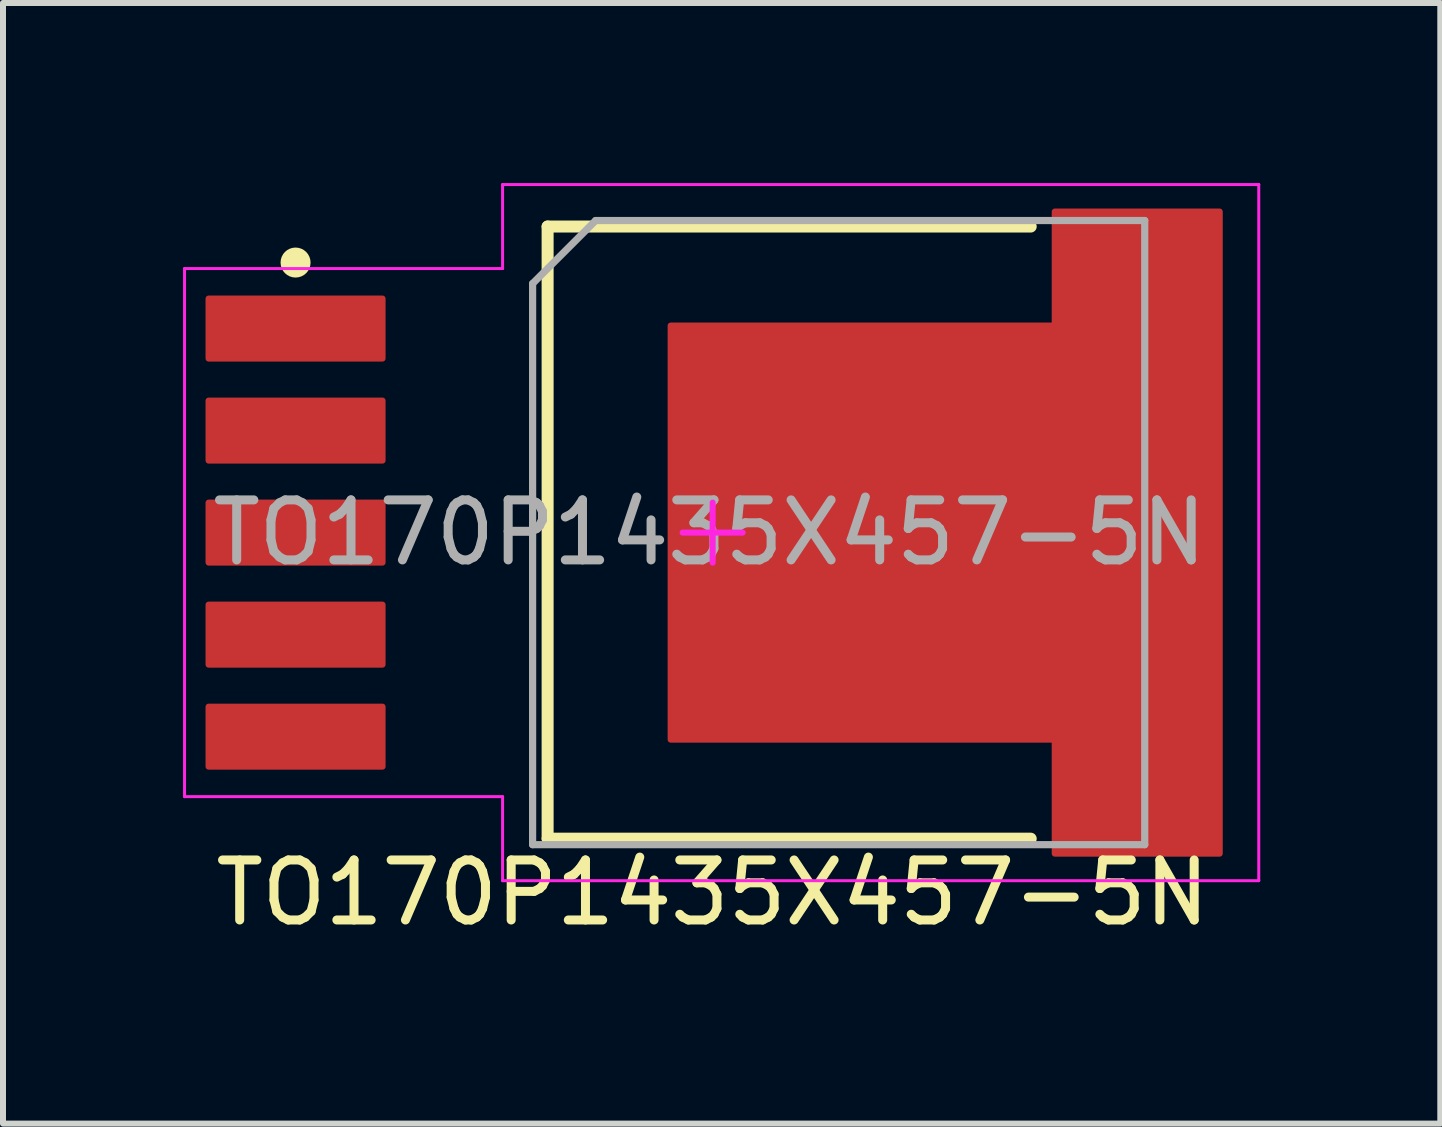
<source format=kicad_pcb>
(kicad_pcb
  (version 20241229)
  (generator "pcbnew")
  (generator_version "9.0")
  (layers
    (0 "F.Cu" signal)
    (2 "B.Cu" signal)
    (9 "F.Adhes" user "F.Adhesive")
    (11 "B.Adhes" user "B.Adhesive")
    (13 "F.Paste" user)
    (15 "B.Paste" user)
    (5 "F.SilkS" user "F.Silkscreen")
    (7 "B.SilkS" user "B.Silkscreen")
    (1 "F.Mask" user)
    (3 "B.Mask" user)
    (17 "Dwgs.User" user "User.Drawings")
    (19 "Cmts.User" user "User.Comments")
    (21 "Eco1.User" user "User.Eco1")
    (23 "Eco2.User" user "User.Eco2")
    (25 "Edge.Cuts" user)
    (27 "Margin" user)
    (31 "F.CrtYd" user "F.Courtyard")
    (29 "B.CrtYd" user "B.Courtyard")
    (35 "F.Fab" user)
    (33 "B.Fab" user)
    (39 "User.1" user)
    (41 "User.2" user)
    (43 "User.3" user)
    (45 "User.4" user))
  (footprint "TO170P1435X457-5N"
    (layer "F.Cu")
    (at 8.825 5.825)
    (property "Reference" "TO170P1435X457-5N" (at 0 6 0) (layer "F.SilkS") (effects (font (size 1 1) (thickness 0.15))))
    (attr through_hole)
    (fp_line (start -2.75 -5.1) (end -2.75 5.1) (stroke (width 0.2) (type solid)) (layer "F.SilkS"))
    (fp_line (start -2.75 -5.1) (end 5.3 -5.1) (stroke (width 0.2) (type solid)) (layer "F.SilkS"))
    (fp_line (start -2.75 5.1) (end 5.3 5.1) (stroke (width 0.2) (type solid)) (layer "F.SilkS"))
    (fp_circle (center -6.95 -4.5) (end -6.95 -4.4) (stroke (width 0.2) (type solid)) (fill no) (layer "F.SilkS"))
    (fp_circle (center -6.95 -4.5) (end -6.95 -4.35) (stroke (width 0.2) (type solid)) (fill no) (layer "F.SilkS"))
    (fp_line (start -8.8 -4.4) (end -3.5 -4.4) (stroke (width 0.05) (type solid)) (layer "F.CrtYd"))
    (fp_line (start -8.8 4.4) (end -8.8 -4.4) (stroke (width 0.05) (type solid)) (layer "F.CrtYd"))
    (fp_line (start -3.5 -5.8) (end 9.1 -5.8) (stroke (width 0.05) (type solid)) (layer "F.CrtYd"))
    (fp_line (start -3.5 -4.4) (end -3.5 -5.8) (stroke (width 0.05) (type solid)) (layer "F.CrtYd"))
    (fp_line (start -3.5 4.4) (end -8.8 4.4) (stroke (width 0.05) (type solid)) (layer "F.CrtYd"))
    (fp_line (start -3.5 5.8) (end -3.5 4.4) (stroke (width 0.05) (type solid)) (layer "F.CrtYd"))
    (fp_line (start 0 -0.5) (end 0 0.5) (stroke (width 0.1) (type solid)) (layer "F.CrtYd"))
    (fp_line (start 0.5 0) (end -0.5 0) (stroke (width 0.1) (type solid)) (layer "F.CrtYd"))
    (fp_line (start 9.1 -5.8) (end 9.1 5.8) (stroke (width 0.05) (type solid)) (layer "F.CrtYd"))
    (fp_line (start 9.1 5.8) (end -3.5 5.8) (stroke (width 0.05) (type solid)) (layer "F.CrtYd"))
    (fp_line (start -3 -4.15) (end -1.95 -5.2) (stroke (width 0.12) (type solid)) (layer "F.Fab"))
    (fp_line (start -3 5.2) (end -3 -4.15) (stroke (width 0.12) (type solid)) (layer "F.Fab"))
    (fp_line (start -1.95 -5.2) (end 7.2 -5.2) (stroke (width 0.12) (type solid)) (layer "F.Fab"))
    (fp_line (start 7.2 -5.2) (end 7.2 5.2) (stroke (width 0.12) (type solid)) (layer "F.Fab"))
    (fp_line (start 7.2 5.2) (end -3 5.2) (stroke (width 0.12) (type solid)) (layer "F.Fab"))
    (fp_text user "${REFERENCE}" (at -0.05 0 0) (layer "F.Fab") (effects (font (size 1 1) (thickness 0.15))))
    (pad "1" smd roundrect (at -6.95 -3.4 270) (size 1.1 3) (layers "F.Cu" "F.Mask" "F.Paste") (roundrect_rratio 0.046))
    (pad "2" smd roundrect (at -6.95 -1.7 270) (size 1.1 3) (layers "F.Cu" "F.Mask" "F.Paste") (roundrect_rratio 0.046))
    (pad "3" smd roundrect (at -6.95 0 270) (size 1.1 3) (layers "F.Cu" "F.Mask" "F.Paste") (roundrect_rratio 0.046))
    (pad "4" smd roundrect (at -6.95 1.7 270) (size 1.1 3) (layers "F.Cu" "F.Mask" "F.Paste") (roundrect_rratio 0.046))
    (pad "5" smd roundrect (at -6.95 3.4 270) (size 1.1 3) (layers "F.Cu" "F.Mask" "F.Paste") (roundrect_rratio 0.046))
    (pad "TAP" smd roundrect (at 3.45 0 270) (size 7 8.4) (layers "F.Cu" "F.Mask" "F.Paste") (roundrect_rratio 0.007))
    (pad "TAP" smd roundrect (at 7.075 0) (size 2.85 10.8) (layers "F.Cu" "F.Mask" "F.Paste") (roundrect_rratio 0.018)))
  (gr_rect
    (start -3 -3)
    (end 20.95 15.673)
    (stroke (width 0.1) (type default))
    (fill no)
    (layer "Edge.Cuts")))
</source>
